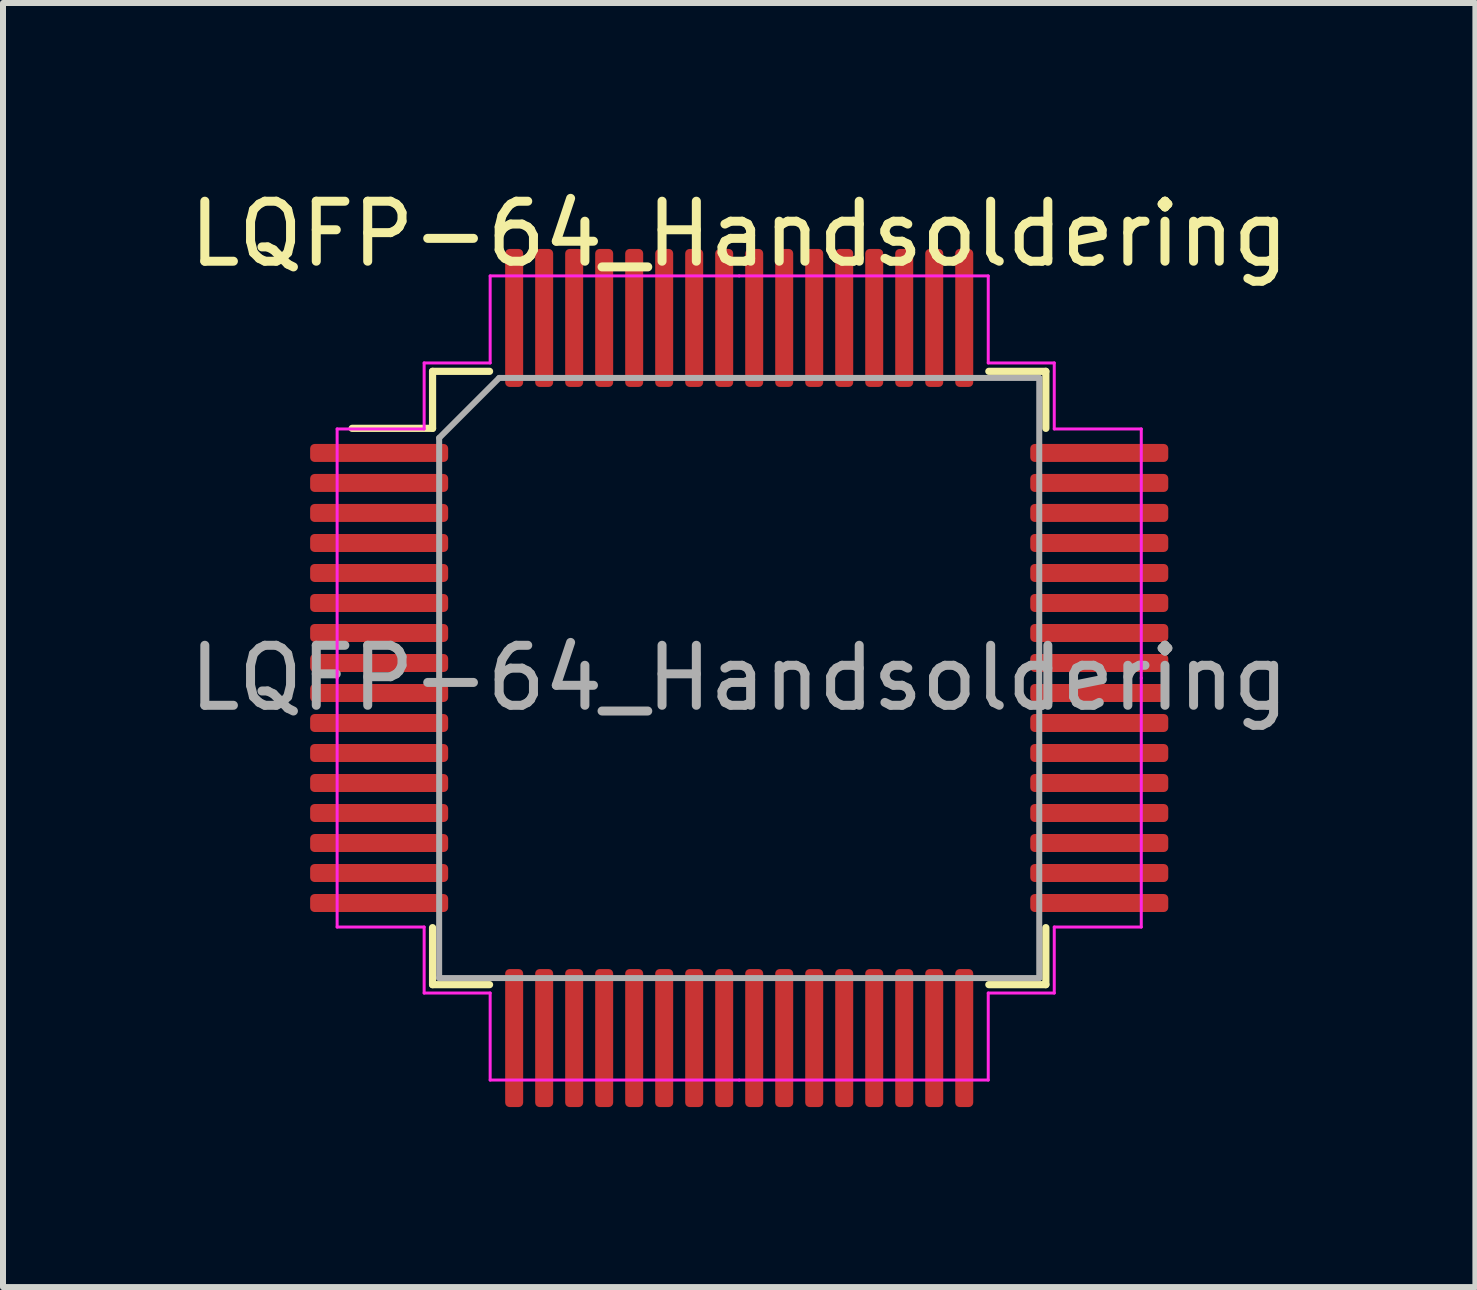
<source format=kicad_pcb>
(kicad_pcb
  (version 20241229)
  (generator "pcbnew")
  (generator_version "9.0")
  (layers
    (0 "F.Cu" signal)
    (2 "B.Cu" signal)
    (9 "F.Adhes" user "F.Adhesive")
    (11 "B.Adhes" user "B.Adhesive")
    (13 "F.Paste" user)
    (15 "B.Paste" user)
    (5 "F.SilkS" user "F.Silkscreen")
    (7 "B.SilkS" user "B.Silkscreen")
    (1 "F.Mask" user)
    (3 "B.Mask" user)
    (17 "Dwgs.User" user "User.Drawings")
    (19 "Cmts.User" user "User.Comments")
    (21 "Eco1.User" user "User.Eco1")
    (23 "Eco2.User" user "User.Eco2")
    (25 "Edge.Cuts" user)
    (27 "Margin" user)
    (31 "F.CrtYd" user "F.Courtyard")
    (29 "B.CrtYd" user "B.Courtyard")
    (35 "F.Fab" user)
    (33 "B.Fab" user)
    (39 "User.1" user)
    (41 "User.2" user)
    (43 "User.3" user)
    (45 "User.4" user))
  (footprint "LQFP-64_Handsoldering"
    (layer "F.Cu")
    (at 9.268 8.248)
    (property "Reference" "LQFP-64_Handsoldering" (at 0 -7.4 0) (layer "F.SilkS") (effects (font (size 1 1) (thickness 0.15))))
    (attr smd)
    (fp_line (start -5.11 -5.11) (end -5.11 -4.16) (stroke (width 0.12) (type solid)) (layer "F.SilkS"))
    (fp_line (start -5.11 -4.16) (end -6.45 -4.16) (stroke (width 0.12) (type solid)) (layer "F.SilkS"))
    (fp_line (start -5.11 5.11) (end -5.11 4.16) (stroke (width 0.12) (type solid)) (layer "F.SilkS"))
    (fp_line (start -4.16 -5.11) (end -5.11 -5.11) (stroke (width 0.12) (type solid)) (layer "F.SilkS"))
    (fp_line (start -4.16 5.11) (end -5.11 5.11) (stroke (width 0.12) (type solid)) (layer "F.SilkS"))
    (fp_line (start 4.16 -5.11) (end 5.11 -5.11) (stroke (width 0.12) (type solid)) (layer "F.SilkS"))
    (fp_line (start 4.16 5.11) (end 5.11 5.11) (stroke (width 0.12) (type solid)) (layer "F.SilkS"))
    (fp_line (start 5.11 -5.11) (end 5.11 -4.16) (stroke (width 0.12) (type solid)) (layer "F.SilkS"))
    (fp_line (start 5.11 5.11) (end 5.11 4.16) (stroke (width 0.12) (type solid)) (layer "F.SilkS"))
    (fp_line (start -6.7 -4.15) (end -6.7 0) (stroke (width 0.05) (type solid)) (layer "F.CrtYd"))
    (fp_line (start -6.7 4.15) (end -6.7 0) (stroke (width 0.05) (type solid)) (layer "F.CrtYd"))
    (fp_line (start -5.25 -5.25) (end -5.25 -4.15) (stroke (width 0.05) (type solid)) (layer "F.CrtYd"))
    (fp_line (start -5.25 -4.15) (end -6.7 -4.15) (stroke (width 0.05) (type solid)) (layer "F.CrtYd"))
    (fp_line (start -5.25 4.15) (end -6.7 4.15) (stroke (width 0.05) (type solid)) (layer "F.CrtYd"))
    (fp_line (start -5.25 5.25) (end -5.25 4.15) (stroke (width 0.05) (type solid)) (layer "F.CrtYd"))
    (fp_line (start -4.15 -6.7) (end -4.15 -5.25) (stroke (width 0.05) (type solid)) (layer "F.CrtYd"))
    (fp_line (start -4.15 -5.25) (end -5.25 -5.25) (stroke (width 0.05) (type solid)) (layer "F.CrtYd"))
    (fp_line (start -4.15 5.25) (end -5.25 5.25) (stroke (width 0.05) (type solid)) (layer "F.CrtYd"))
    (fp_line (start -4.15 6.7) (end -4.15 5.25) (stroke (width 0.05) (type solid)) (layer "F.CrtYd"))
    (fp_line (start 0 -6.7) (end -4.15 -6.7) (stroke (width 0.05) (type solid)) (layer "F.CrtYd"))
    (fp_line (start 0 -6.7) (end 4.15 -6.7) (stroke (width 0.05) (type solid)) (layer "F.CrtYd"))
    (fp_line (start 0 6.7) (end -4.15 6.7) (stroke (width 0.05) (type solid)) (layer "F.CrtYd"))
    (fp_line (start 0 6.7) (end 4.15 6.7) (stroke (width 0.05) (type solid)) (layer "F.CrtYd"))
    (fp_line (start 4.15 -6.7) (end 4.15 -5.25) (stroke (width 0.05) (type solid)) (layer "F.CrtYd"))
    (fp_line (start 4.15 -5.25) (end 5.25 -5.25) (stroke (width 0.05) (type solid)) (layer "F.CrtYd"))
    (fp_line (start 4.15 5.25) (end 5.25 5.25) (stroke (width 0.05) (type solid)) (layer "F.CrtYd"))
    (fp_line (start 4.15 6.7) (end 4.15 5.25) (stroke (width 0.05) (type solid)) (layer "F.CrtYd"))
    (fp_line (start 5.25 -5.25) (end 5.25 -4.15) (stroke (width 0.05) (type solid)) (layer "F.CrtYd"))
    (fp_line (start 5.25 -4.15) (end 6.7 -4.15) (stroke (width 0.05) (type solid)) (layer "F.CrtYd"))
    (fp_line (start 5.25 4.15) (end 6.7 4.15) (stroke (width 0.05) (type solid)) (layer "F.CrtYd"))
    (fp_line (start 5.25 5.25) (end 5.25 4.15) (stroke (width 0.05) (type solid)) (layer "F.CrtYd"))
    (fp_line (start 6.7 -4.15) (end 6.7 0) (stroke (width 0.05) (type solid)) (layer "F.CrtYd"))
    (fp_line (start 6.7 4.15) (end 6.7 0) (stroke (width 0.05) (type solid)) (layer "F.CrtYd"))
    (fp_line (start -5 -4) (end -4 -5) (stroke (width 0.1) (type solid)) (layer "F.Fab"))
    (fp_line (start -5 5) (end -5 -4) (stroke (width 0.1) (type solid)) (layer "F.Fab"))
    (fp_line (start -4 -5) (end 5 -5) (stroke (width 0.1) (type solid)) (layer "F.Fab"))
    (fp_line (start 5 -5) (end 5 5) (stroke (width 0.1) (type solid)) (layer "F.Fab"))
    (fp_line (start 5 5) (end -5 5) (stroke (width 0.1) (type solid)) (layer "F.Fab"))
    (fp_text user "${REFERENCE}" (at 0 0 0) (layer "F.Fab") (effects (font (size 1 1) (thickness 0.15))))
    (pad "1" smd roundrect (at -6 -3.75) (size 2.3 0.3) (layers "F.Cu" "F.Mask" "F.Paste") (roundrect_rratio 0.25))
    (pad "2" smd roundrect (at -6 -3.25) (size 2.3 0.3) (layers "F.Cu" "F.Mask" "F.Paste") (roundrect_rratio 0.25))
    (pad "3" smd roundrect (at -6 -2.75) (size 2.3 0.3) (layers "F.Cu" "F.Mask" "F.Paste") (roundrect_rratio 0.25))
    (pad "4" smd roundrect (at -6 -2.25) (size 2.3 0.3) (layers "F.Cu" "F.Mask" "F.Paste") (roundrect_rratio 0.25))
    (pad "5" smd roundrect (at -6 -1.75) (size 2.3 0.3) (layers "F.Cu" "F.Mask" "F.Paste") (roundrect_rratio 0.25))
    (pad "6" smd roundrect (at -6 -1.25) (size 2.3 0.3) (layers "F.Cu" "F.Mask" "F.Paste") (roundrect_rratio 0.25))
    (pad "7" smd roundrect (at -6 -0.75) (size 2.3 0.3) (layers "F.Cu" "F.Mask" "F.Paste") (roundrect_rratio 0.25))
    (pad "8" smd roundrect (at -6 -0.25) (size 2.3 0.3) (layers "F.Cu" "F.Mask" "F.Paste") (roundrect_rratio 0.25))
    (pad "9" smd roundrect (at -6 0.25) (size 2.3 0.3) (layers "F.Cu" "F.Mask" "F.Paste") (roundrect_rratio 0.25))
    (pad "10" smd roundrect (at -6 0.75) (size 2.3 0.3) (layers "F.Cu" "F.Mask" "F.Paste") (roundrect_rratio 0.25))
    (pad "11" smd roundrect (at -6 1.25) (size 2.3 0.3) (layers "F.Cu" "F.Mask" "F.Paste") (roundrect_rratio 0.25))
    (pad "12" smd roundrect (at -6 1.75) (size 2.3 0.3) (layers "F.Cu" "F.Mask" "F.Paste") (roundrect_rratio 0.25))
    (pad "13" smd roundrect (at -6 2.25) (size 2.3 0.3) (layers "F.Cu" "F.Mask" "F.Paste") (roundrect_rratio 0.25))
    (pad "14" smd roundrect (at -6 2.75) (size 2.3 0.3) (layers "F.Cu" "F.Mask" "F.Paste") (roundrect_rratio 0.25))
    (pad "15" smd roundrect (at -6 3.25) (size 2.3 0.3) (layers "F.Cu" "F.Mask" "F.Paste") (roundrect_rratio 0.25))
    (pad "16" smd roundrect (at -6 3.75) (size 2.3 0.3) (layers "F.Cu" "F.Mask" "F.Paste") (roundrect_rratio 0.25))
    (pad "17" smd roundrect (at -3.75 6) (size 0.3 2.3) (layers "F.Cu" "F.Mask" "F.Paste") (roundrect_rratio 0.25))
    (pad "18" smd roundrect (at -3.25 6) (size 0.3 2.3) (layers "F.Cu" "F.Mask" "F.Paste") (roundrect_rratio 0.25))
    (pad "19" smd roundrect (at -2.75 6) (size 0.3 2.3) (layers "F.Cu" "F.Mask" "F.Paste") (roundrect_rratio 0.25))
    (pad "20" smd roundrect (at -2.25 6) (size 0.3 2.3) (layers "F.Cu" "F.Mask" "F.Paste") (roundrect_rratio 0.25))
    (pad "21" smd roundrect (at -1.75 6) (size 0.3 2.3) (layers "F.Cu" "F.Mask" "F.Paste") (roundrect_rratio 0.25))
    (pad "22" smd roundrect (at -1.25 6) (size 0.3 2.3) (layers "F.Cu" "F.Mask" "F.Paste") (roundrect_rratio 0.25))
    (pad "23" smd roundrect (at -0.75 6) (size 0.3 2.3) (layers "F.Cu" "F.Mask" "F.Paste") (roundrect_rratio 0.25))
    (pad "24" smd roundrect (at -0.25 6) (size 0.3 2.3) (layers "F.Cu" "F.Mask" "F.Paste") (roundrect_rratio 0.25))
    (pad "25" smd roundrect (at 0.25 6) (size 0.3 2.3) (layers "F.Cu" "F.Mask" "F.Paste") (roundrect_rratio 0.25))
    (pad "26" smd roundrect (at 0.75 6) (size 0.3 2.3) (layers "F.Cu" "F.Mask" "F.Paste") (roundrect_rratio 0.25))
    (pad "27" smd roundrect (at 1.25 6) (size 0.3 2.3) (layers "F.Cu" "F.Mask" "F.Paste") (roundrect_rratio 0.25))
    (pad "28" smd roundrect (at 1.75 6) (size 0.3 2.3) (layers "F.Cu" "F.Mask" "F.Paste") (roundrect_rratio 0.25))
    (pad "29" smd roundrect (at 2.25 6) (size 0.3 2.3) (layers "F.Cu" "F.Mask" "F.Paste") (roundrect_rratio 0.25))
    (pad "30" smd roundrect (at 2.75 6) (size 0.3 2.3) (layers "F.Cu" "F.Mask" "F.Paste") (roundrect_rratio 0.25))
    (pad "31" smd roundrect (at 3.25 6) (size 0.3 2.3) (layers "F.Cu" "F.Mask" "F.Paste") (roundrect_rratio 0.25))
    (pad "32" smd roundrect (at 3.75 6) (size 0.3 2.3) (layers "F.Cu" "F.Mask" "F.Paste") (roundrect_rratio 0.25))
    (pad "33" smd roundrect (at 6 3.75) (size 2.3 0.3) (layers "F.Cu" "F.Mask" "F.Paste") (roundrect_rratio 0.25))
    (pad "34" smd roundrect (at 6 3.25) (size 2.3 0.3) (layers "F.Cu" "F.Mask" "F.Paste") (roundrect_rratio 0.25))
    (pad "35" smd roundrect (at 6 2.75) (size 2.3 0.3) (layers "F.Cu" "F.Mask" "F.Paste") (roundrect_rratio 0.25))
    (pad "36" smd roundrect (at 6 2.25) (size 2.3 0.3) (layers "F.Cu" "F.Mask" "F.Paste") (roundrect_rratio 0.25))
    (pad "37" smd roundrect (at 6 1.75) (size 2.3 0.3) (layers "F.Cu" "F.Mask" "F.Paste") (roundrect_rratio 0.25))
    (pad "38" smd roundrect (at 6 1.25) (size 2.3 0.3) (layers "F.Cu" "F.Mask" "F.Paste") (roundrect_rratio 0.25))
    (pad "39" smd roundrect (at 6 0.75) (size 2.3 0.3) (layers "F.Cu" "F.Mask" "F.Paste") (roundrect_rratio 0.25))
    (pad "40" smd roundrect (at 6 0.25) (size 2.3 0.3) (layers "F.Cu" "F.Mask" "F.Paste") (roundrect_rratio 0.25))
    (pad "41" smd roundrect (at 6 -0.25) (size 2.3 0.3) (layers "F.Cu" "F.Mask" "F.Paste") (roundrect_rratio 0.25))
    (pad "42" smd roundrect (at 6 -0.75) (size 2.3 0.3) (layers "F.Cu" "F.Mask" "F.Paste") (roundrect_rratio 0.25))
    (pad "43" smd roundrect (at 6 -1.25) (size 2.3 0.3) (layers "F.Cu" "F.Mask" "F.Paste") (roundrect_rratio 0.25))
    (pad "44" smd roundrect (at 6 -1.75) (size 2.3 0.3) (layers "F.Cu" "F.Mask" "F.Paste") (roundrect_rratio 0.25))
    (pad "45" smd roundrect (at 6 -2.25) (size 2.3 0.3) (layers "F.Cu" "F.Mask" "F.Paste") (roundrect_rratio 0.25))
    (pad "46" smd roundrect (at 6 -2.75) (size 2.3 0.3) (layers "F.Cu" "F.Mask" "F.Paste") (roundrect_rratio 0.25))
    (pad "47" smd roundrect (at 6 -3.25) (size 2.3 0.3) (layers "F.Cu" "F.Mask" "F.Paste") (roundrect_rratio 0.25))
    (pad "48" smd roundrect (at 6 -3.75) (size 2.3 0.3) (layers "F.Cu" "F.Mask" "F.Paste") (roundrect_rratio 0.25))
    (pad "49" smd roundrect (at 3.75 -6) (size 0.3 2.3) (layers "F.Cu" "F.Mask" "F.Paste") (roundrect_rratio 0.25))
    (pad "50" smd roundrect (at 3.25 -6) (size 0.3 2.3) (layers "F.Cu" "F.Mask" "F.Paste") (roundrect_rratio 0.25))
    (pad "51" smd roundrect (at 2.75 -6) (size 0.3 2.3) (layers "F.Cu" "F.Mask" "F.Paste") (roundrect_rratio 0.25))
    (pad "52" smd roundrect (at 2.25 -6) (size 0.3 2.3) (layers "F.Cu" "F.Mask" "F.Paste") (roundrect_rratio 0.25))
    (pad "53" smd roundrect (at 1.75 -6) (size 0.3 2.3) (layers "F.Cu" "F.Mask" "F.Paste") (roundrect_rratio 0.25))
    (pad "54" smd roundrect (at 1.25 -6) (size 0.3 2.3) (layers "F.Cu" "F.Mask" "F.Paste") (roundrect_rratio 0.25))
    (pad "55" smd roundrect (at 0.75 -6) (size 0.3 2.3) (layers "F.Cu" "F.Mask" "F.Paste") (roundrect_rratio 0.25))
    (pad "56" smd roundrect (at 0.25 -6) (size 0.3 2.3) (layers "F.Cu" "F.Mask" "F.Paste") (roundrect_rratio 0.25))
    (pad "57" smd roundrect (at -0.25 -6) (size 0.3 2.3) (layers "F.Cu" "F.Mask" "F.Paste") (roundrect_rratio 0.25))
    (pad "58" smd roundrect (at -0.75 -6) (size 0.3 2.3) (layers "F.Cu" "F.Mask" "F.Paste") (roundrect_rratio 0.25))
    (pad "59" smd roundrect (at -1.25 -6) (size 0.3 2.3) (layers "F.Cu" "F.Mask" "F.Paste") (roundrect_rratio 0.25))
    (pad "60" smd roundrect (at -1.75 -6) (size 0.3 2.3) (layers "F.Cu" "F.Mask" "F.Paste") (roundrect_rratio 0.25))
    (pad "61" smd roundrect (at -2.25 -6) (size 0.3 2.3) (layers "F.Cu" "F.Mask" "F.Paste") (roundrect_rratio 0.25))
    (pad "62" smd roundrect (at -2.75 -6) (size 0.3 2.3) (layers "F.Cu" "F.Mask" "F.Paste") (roundrect_rratio 0.25))
    (pad "63" smd roundrect (at -3.25 -6) (size 0.3 2.3) (layers "F.Cu" "F.Mask" "F.Paste") (roundrect_rratio 0.25))
    (pad "64" smd roundrect (at -3.75 -6) (size 0.3 2.3) (layers "F.Cu" "F.Mask" "F.Paste") (roundrect_rratio 0.25)))
  (gr_rect
    (start -3 -3)
    (end 21.536 18.398)
    (stroke (width 0.1) (type default))
    (fill no)
    (layer "Edge.Cuts")))
</source>
